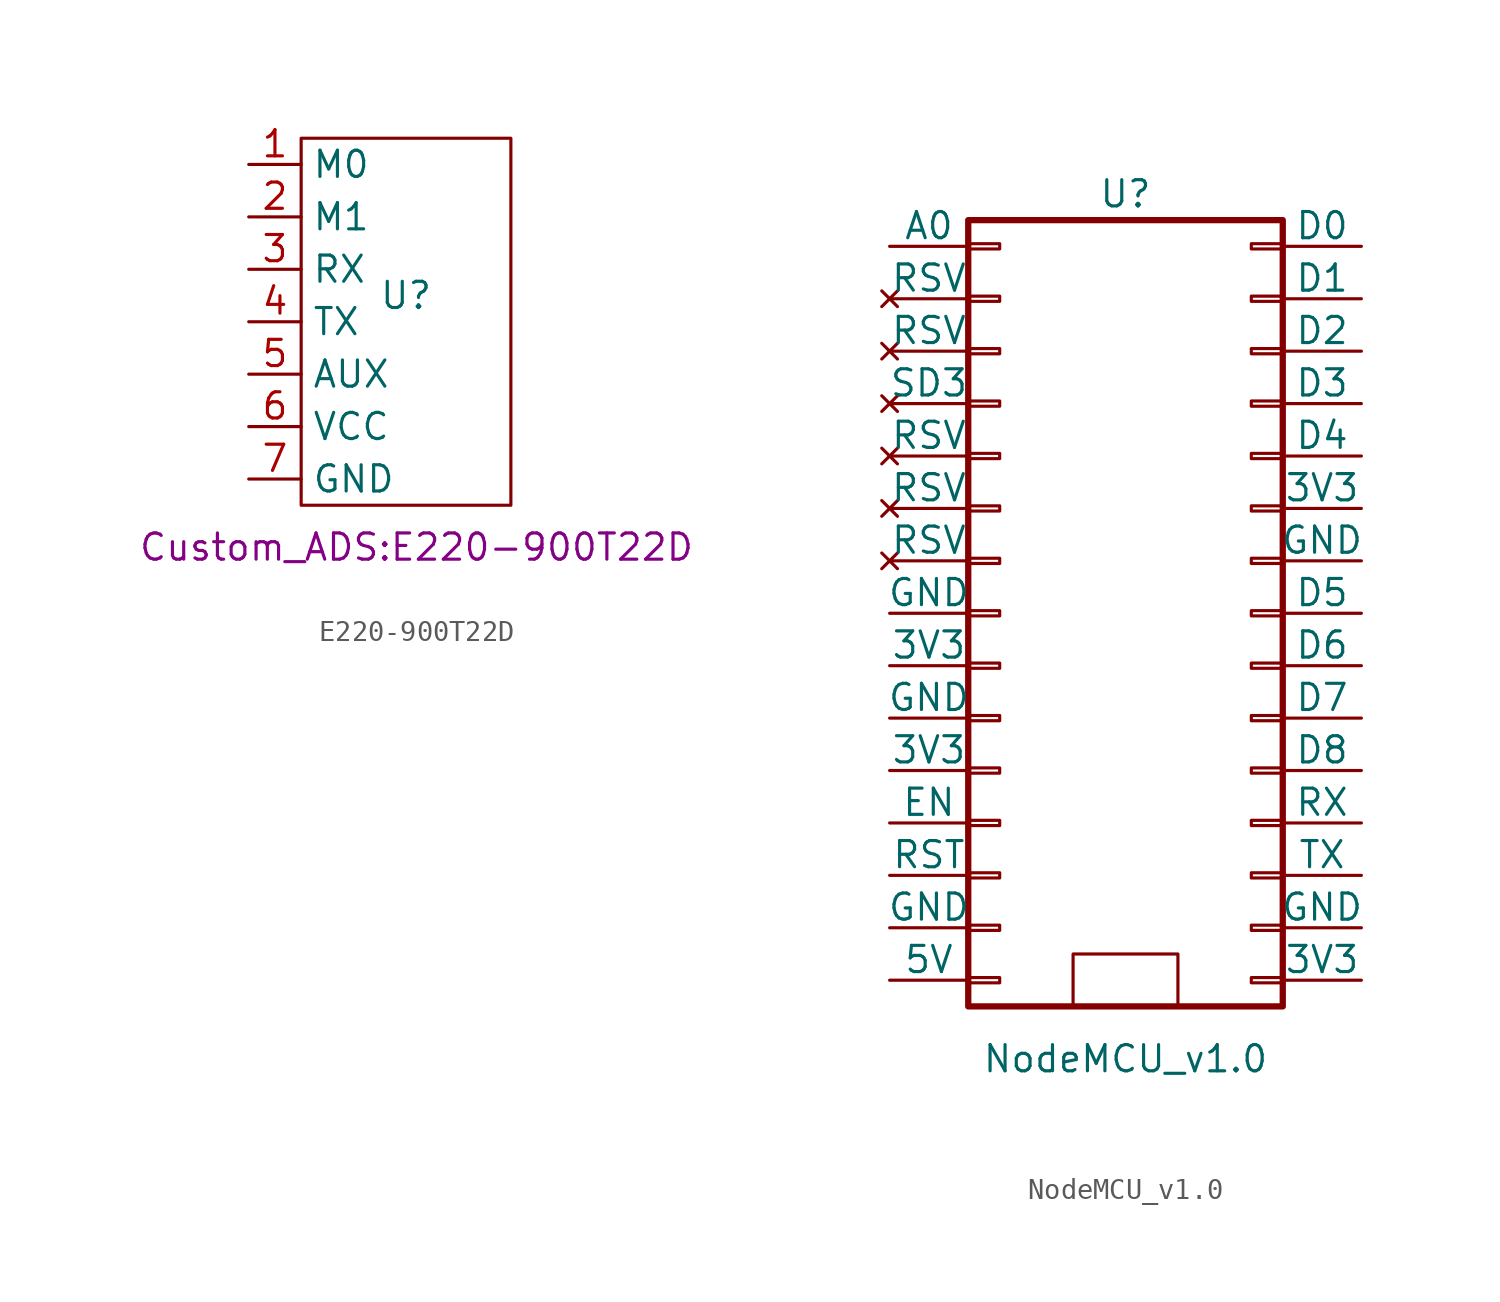
<source format=kicad_sym>
(kicad_symbol_lib
  (version 20231120)
  (generator "kicad_symbol_editor")
  (generator_version "8.0")
  (symbol "E220-900T22D"
    (property "Reference" "U"
      (at 0 0 0)
      (effects (font (size 1.27 1.27))))
    (property "Value" ""
      (at 0 0 0)
      (effects (font (size 1.27 1.27))))
    (property "Footprint" "Custom_ADS:E220-900T22D"
      (at 0.508 -12.192 0)
      (effects (font (size 1.27 1.27))))
    (symbol "E220-900T22D_0_1"
      (rectangle (start -5.08 7.62) (end 5.08 -10.16) (stroke (width 0) (type default)) (fill (type none))))
    (symbol "E220-900T22D_1_1"
      (pin input line (at -7.62 6.35 0) (length 2.54) (name "M0" (effects (font (size 1.27 1.27)))) (number "1" (effects (font (size 1.27 1.27)))))
      (pin input line (at -7.62 3.81 0) (length 2.54) (name "M1" (effects (font (size 1.27 1.27)))) (number "2" (effects (font (size 1.27 1.27)))))
      (pin input line (at -7.62 1.27 0) (length 2.54) (name "RX" (effects (font (size 1.27 1.27)))) (number "3" (effects (font (size 1.27 1.27)))))
      (pin input line (at -7.62 -1.27 0) (length 2.54) (name "TX" (effects (font (size 1.27 1.27)))) (number "4" (effects (font (size 1.27 1.27)))))
      (pin input line (at -7.62 -3.81 0) (length 2.54) (name "AUX" (effects (font (size 1.27 1.27)))) (number "5" (effects (font (size 1.27 1.27)))))
      (pin power_in line (at -7.62 -6.35 0) (length 2.54) (name "VCC" (effects (font (size 1.27 1.27)))) (number "6" (effects (font (size 1.27 1.27)))))
      (pin input line (at -7.62 -8.89 0) (length 2.54) (name "GND" (effects (font (size 1.27 1.27)))) (number "7" (effects (font (size 1.27 1.27)))))))
  (symbol "NodeMCU_v1.0"
    (pin_numbers hide)
    (pin_names
      (offset 0))
    (property "Reference" "U"
      (at 0 20.32 0)
      (effects (font (size 1.27 1.27))))
    (property "Value" "NodeMCU_v1.0"
      (at 0 -21.59 0)
      (effects (font (size 1.27 1.27))))
    (property "Footprint" ""
      (at 6.35 0 0)
      (effects (font (size 1.27 1.27))))
    (property "Datasheet" ""
      (at 6.35 0 0)
      (effects (font (size 1.27 1.27))))
    (symbol "NodeMCU_v1.0_0_1"
      (rectangle (start -7.62 -17.653) (end -6.096 -17.907) (stroke (width 0) (type default)) (fill (type none)))
      (rectangle (start -7.62 -15.113) (end -6.096 -15.367) (stroke (width 0) (type default)) (fill (type none)))
      (rectangle (start -7.62 -12.573) (end -6.096 -12.827) (stroke (width 0) (type default)) (fill (type none)))
      (rectangle (start -7.62 -10.033) (end -6.096 -10.287) (stroke (width 0) (type default)) (fill (type none)))
      (rectangle (start -7.62 -7.493) (end -6.096 -7.747) (stroke (width 0) (type default)) (fill (type none)))
      (rectangle (start -7.62 -4.953) (end -6.096 -5.207) (stroke (width 0) (type default)) (fill (type none)))
      (rectangle (start -7.62 -2.413) (end -6.096 -2.667) (stroke (width 0) (type default)) (fill (type none)))
      (rectangle (start -7.62 0.127) (end -6.096 -0.127) (stroke (width 0) (type default)) (fill (type none)))
      (rectangle (start -7.62 2.667) (end -6.096 2.413) (stroke (width 0) (type default)) (fill (type none)))
      (rectangle (start -7.62 5.207) (end -6.096 4.953) (stroke (width 0) (type default)) (fill (type none)))
      (rectangle (start -7.62 7.747) (end -6.096 7.493) (stroke (width 0) (type default)) (fill (type none)))
      (rectangle (start -7.62 10.287) (end -6.096 10.033) (stroke (width 0) (type default)) (fill (type none)))
      (rectangle (start -7.62 12.827) (end -6.096 12.573) (stroke (width 0) (type default)) (fill (type none)))
      (rectangle (start -7.62 15.367) (end -6.096 15.113) (stroke (width 0) (type default)) (fill (type none)))
      (rectangle (start -7.62 17.907) (end -6.096 17.653) (stroke (width 0) (type default)) (fill (type none)))
      (rectangle (start -7.62 19.05) (end 7.62 -19.05) (stroke (width 0.305) (type default)) (fill (type none)))
      (rectangle (start 2.54 -16.51) (end -2.54 -19.05) (stroke (width 0) (type default)) (fill (type none)))
      (rectangle (start 7.62 -17.653) (end 6.096 -17.907) (stroke (width 0) (type default)) (fill (type none)))
      (rectangle (start 7.62 -15.113) (end 6.096 -15.367) (stroke (width 0) (type default)) (fill (type none)))
      (rectangle (start 7.62 -12.573) (end 6.096 -12.827) (stroke (width 0) (type default)) (fill (type none)))
      (rectangle (start 7.62 -10.033) (end 6.096 -10.287) (stroke (width 0) (type default)) (fill (type none)))
      (rectangle (start 7.62 -7.493) (end 6.096 -7.747) (stroke (width 0) (type default)) (fill (type none)))
      (rectangle (start 7.62 -4.953) (end 6.096 -5.207) (stroke (width 0) (type default)) (fill (type none)))
      (rectangle (start 7.62 -2.413) (end 6.096 -2.667) (stroke (width 0) (type default)) (fill (type none)))
      (rectangle (start 7.62 0.127) (end 6.096 -0.127) (stroke (width 0) (type default)) (fill (type none)))
      (rectangle (start 7.62 2.667) (end 6.096 2.413) (stroke (width 0) (type default)) (fill (type none)))
      (rectangle (start 7.62 5.207) (end 6.096 4.953) (stroke (width 0) (type default)) (fill (type none)))
      (rectangle (start 7.62 7.747) (end 6.096 7.493) (stroke (width 0) (type default)) (fill (type none)))
      (rectangle (start 7.62 10.287) (end 6.096 10.033) (stroke (width 0) (type default)) (fill (type none)))
      (rectangle (start 7.62 12.827) (end 6.096 12.573) (stroke (width 0) (type default)) (fill (type none)))
      (rectangle (start 7.62 15.367) (end 6.096 15.113) (stroke (width 0) (type default)) (fill (type none)))
      (rectangle (start 7.62 17.907) (end 6.096 17.653) (stroke (width 0) (type default)) (fill (type none))))
    (symbol "NodeMCU_v1.0_1_1"
      (pin bidirectional line (at -11.43 17.78 0) (length 3.81) (name "A0" (effects (font (size 1.27 1.27)))) (number "1" (effects (font (size 1.27 1.27)))))
      (pin passive line (at -11.43 -5.08 0) (length 3.81) (name "GND" (effects (font (size 1.27 1.27)))) (number "10" (effects (font (size 1.27 1.27)))))
      (pin passive line (at -11.43 -7.62 0) (length 3.81) (name "3V3" (effects (font (size 1.27 1.27)))) (number "11" (effects (font (size 1.27 1.27)))))
      (pin tri_state line (at -11.43 -10.16 0) (length 3.81) (name "EN" (effects (font (size 1.27 1.27)))) (number "12" (effects (font (size 1.27 1.27)))))
      (pin input line (at -11.43 -12.7 0) (length 3.81) (name "RST" (effects (font (size 1.27 1.27)))) (number "13" (effects (font (size 1.27 1.27)))))
      (pin power_in line (at -11.43 -15.24 0) (length 3.81) (name "GND" (effects (font (size 1.27 1.27)))) (number "14" (effects (font (size 1.27 1.27)))))
      (pin power_in line (at -11.43 -17.78 0) (length 3.81) (name "5V" (effects (font (size 1.27 1.27)))) (number "15" (effects (font (size 1.27 1.27)))))
      (pin passive line (at 11.43 -17.78 180) (length 3.81) (name "3V3" (effects (font (size 1.27 1.27)))) (number "16" (effects (font (size 1.27 1.27)))))
      (pin passive line (at 11.43 -15.24 180) (length 3.81) (name "GND" (effects (font (size 1.27 1.27)))) (number "17" (effects (font (size 1.27 1.27)))))
      (pin tri_state line (at 11.43 -12.7 180) (length 3.81) (name "TX" (effects (font (size 1.27 1.27)))) (number "18" (effects (font (size 1.27 1.27)))))
      (pin tri_state line (at 11.43 -10.16 180) (length 3.81) (name "RX" (effects (font (size 1.27 1.27)))) (number "19" (effects (font (size 1.27 1.27)))))
      (pin no_connect line (at -11.43 15.24 0) (length 3.81) (name "RSV" (effects (font (size 1.27 1.27)))) (number "2" (effects (font (size 1.27 1.27)))))
      (pin bidirectional line (at 11.43 -7.62 180) (length 3.81) (name "D8" (effects (font (size 1.27 1.27)))) (number "20" (effects (font (size 1.27 1.27)))))
      (pin bidirectional line (at 11.43 -5.08 180) (length 3.81) (name "D7" (effects (font (size 1.27 1.27)))) (number "21" (effects (font (size 1.27 1.27)))))
      (pin bidirectional line (at 11.43 -2.54 180) (length 3.81) (name "D6" (effects (font (size 1.27 1.27)))) (number "22" (effects (font (size 1.27 1.27)))))
      (pin bidirectional line (at 11.43 0 180) (length 3.81) (name "D5" (effects (font (size 1.27 1.27)))) (number "23" (effects (font (size 1.27 1.27)))))
      (pin passive line (at 11.43 2.54 180) (length 3.81) (name "GND" (effects (font (size 1.27 1.27)))) (number "24" (effects (font (size 1.27 1.27)))))
      (pin power_in line (at 11.43 5.08 180) (length 3.81) (name "3V3" (effects (font (size 1.27 1.27)))) (number "25" (effects (font (size 1.27 1.27)))))
      (pin bidirectional line (at 11.43 7.62 180) (length 3.81) (name "D4" (effects (font (size 1.27 1.27)))) (number "26" (effects (font (size 1.27 1.27)))))
      (pin bidirectional line (at 11.43 10.16 180) (length 3.81) (name "D3" (effects (font (size 1.27 1.27)))) (number "27" (effects (font (size 1.27 1.27)))))
      (pin bidirectional line (at 11.43 12.7 180) (length 3.81) (name "D2" (effects (font (size 1.27 1.27)))) (number "28" (effects (font (size 1.27 1.27)))))
      (pin bidirectional line (at 11.43 15.24 180) (length 3.81) (name "D1" (effects (font (size 1.27 1.27)))) (number "29" (effects (font (size 1.27 1.27)))))
      (pin no_connect line (at -11.43 12.7 0) (length 3.81) (name "RSV" (effects (font (size 1.27 1.27)))) (number "3" (effects (font (size 1.27 1.27)))))
      (pin bidirectional line (at 11.43 17.78 180) (length 3.81) (name "D0" (effects (font (size 1.27 1.27)))) (number "30" (effects (font (size 1.27 1.27)))))
      (pin no_connect line (at -11.43 10.16 0) (length 3.81) (name "SD3" (effects (font (size 1.27 1.27)))) (number "4" (effects (font (size 1.27 1.27)))))
      (pin no_connect line (at -11.43 7.62 0) (length 3.81) (name "RSV" (effects (font (size 1.27 1.27)))) (number "5" (effects (font (size 1.27 1.27)))))
      (pin no_connect line (at -11.43 5.08 0) (length 3.81) (name "RSV" (effects (font (size 1.27 1.27)))) (number "6" (effects (font (size 1.27 1.27)))))
      (pin no_connect line (at -11.43 2.54 0) (length 3.81) (name "RSV" (effects (font (size 1.27 1.27)))) (number "7" (effects (font (size 1.27 1.27)))))
      (pin passive line (at -11.43 0 0) (length 3.81) (name "GND" (effects (font (size 1.27 1.27)))) (number "8" (effects (font (size 1.27 1.27)))))
      (pin passive line (at -11.43 -2.54 0) (length 3.81) (name "3V3" (effects (font (size 1.27 1.27)))) (number "9" (effects (font (size 1.27 1.27))))))))
</source>
